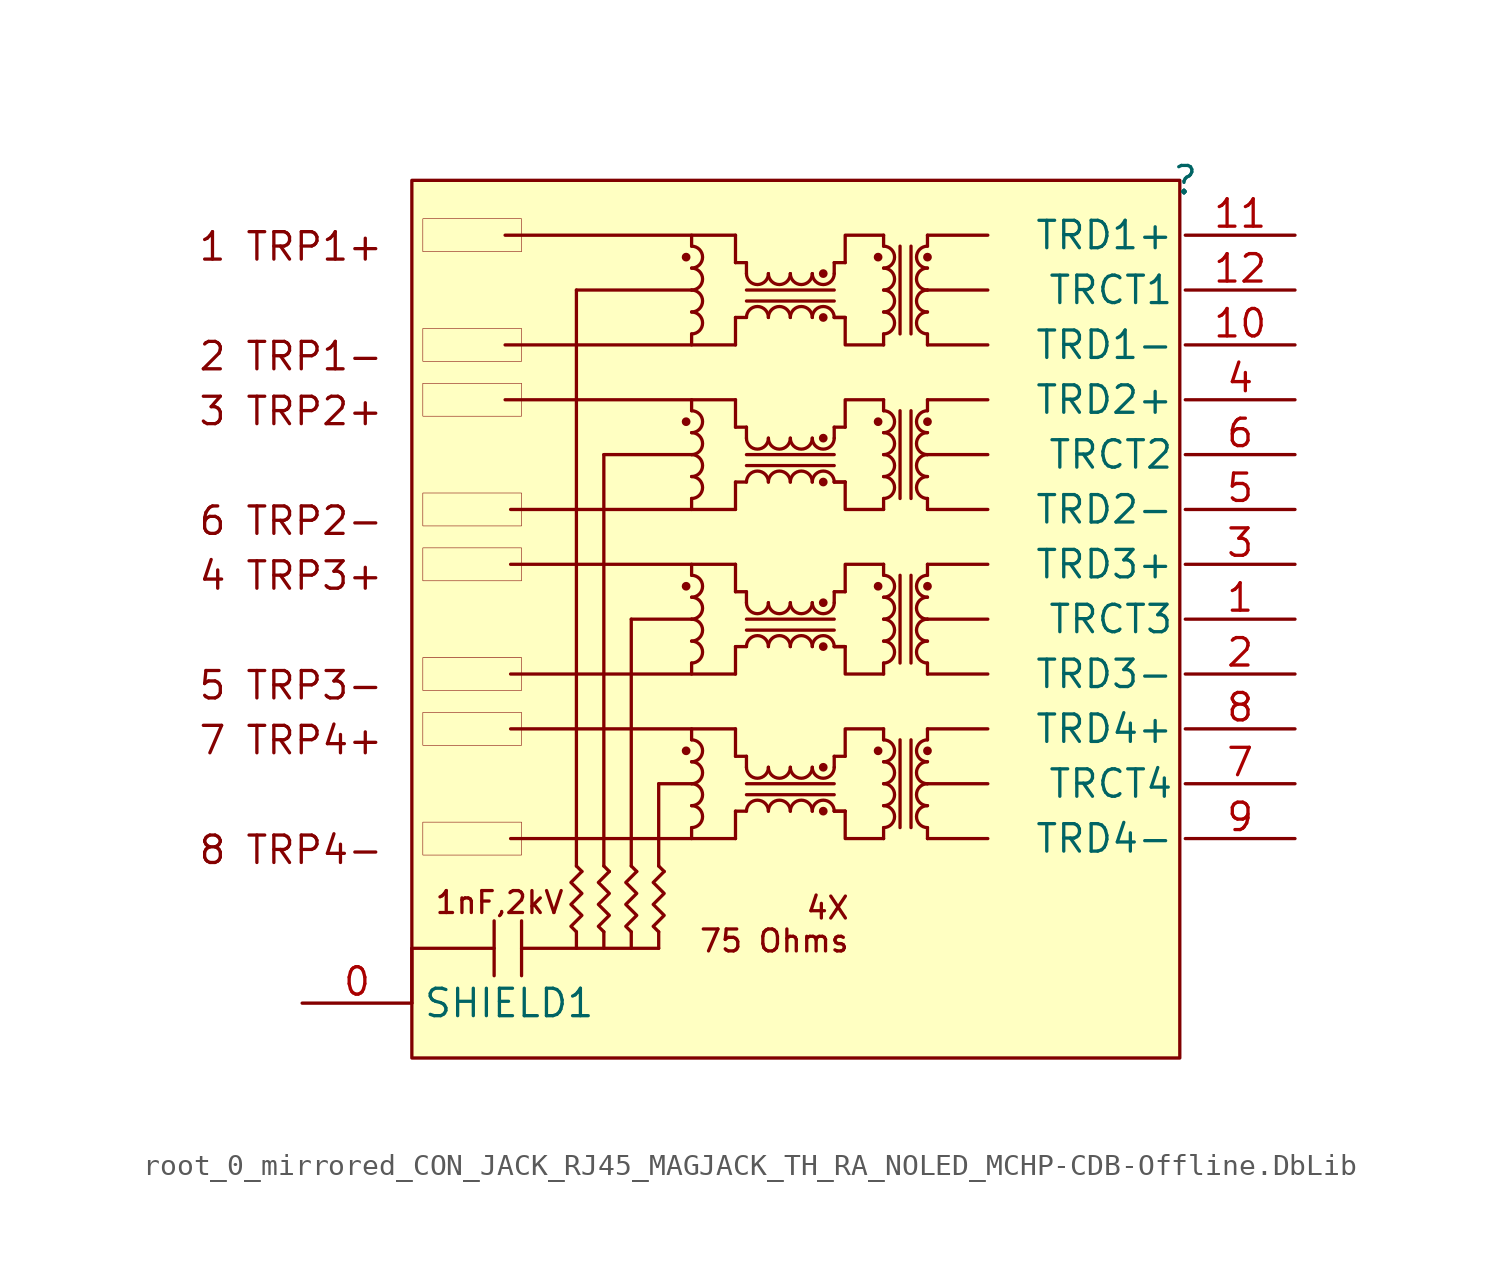
<source format=kicad_sym>
(kicad_symbol_lib
  (version 20241209)
  (generator "kicad_symbol_editor")
  (generator_version "9.0")
  (symbol "root_0_mirrored_CON_JACK_RJ45_MAGJACK_TH_RA_NOLED_MCHP-CDB-Offline.DbLib"
    (property "Reference" ""
      (at 0 0 0)
      (effects (font (size 1.27 1.27))))
    (property "Value" ""
      (at 0 0 0)
      (effects (font (size 1.27 1.27))))
    (symbol "root_0_mirrored_CON_JACK_RJ45_MAGJACK_TH_RA_NOLED_MCHP-CDB-Offline.DbLib_1_0"
      (polyline (pts (xy -35.814 -35.56) (xy -35.814 -38.1)) (stroke (width 0) (type solid)) (fill (type none)))
      (polyline (pts (xy -35.814 -35.56) (xy -32.004 -35.56)) (stroke (width 0) (type solid)) (fill (type none)))
      (polyline (pts (xy -32.004 -34.29) (xy -32.004 -36.83)) (stroke (width 0) (type solid)) (fill (type none)))
      (rectangle (start -30.734 -1.778) (end -35.306 -3.302) (stroke (width 0.025) (type solid) (color 128 0 0 1)) (fill (type color) (color 0 0 255 1)))
      (rectangle (start -30.734 -6.858) (end -35.306 -8.382) (stroke (width 0.025) (type solid) (color 128 0 0 1)) (fill (type color) (color 0 0 255 1)))
      (rectangle (start -30.734 -9.398) (end -35.306 -10.922) (stroke (width 0.025) (type solid) (color 128 0 0 1)) (fill (type color) (color 0 0 255 1)))
      (rectangle (start -30.734 -14.478) (end -35.306 -16.002) (stroke (width 0.025) (type solid) (color 128 0 0 1)) (fill (type color) (color 0 0 255 1)))
      (rectangle (start -30.734 -17.018) (end -35.306 -18.542) (stroke (width 0.025) (type solid) (color 128 0 0 1)) (fill (type color) (color 0 0 255 1)))
      (rectangle (start -30.734 -22.098) (end -35.306 -23.622) (stroke (width 0.025) (type solid) (color 128 0 0 1)) (fill (type color) (color 0 0 255 1)))
      (rectangle (start -30.734 -24.638) (end -35.306 -26.162) (stroke (width 0.025) (type solid) (color 128 0 0 1)) (fill (type color) (color 0 0 255 1)))
      (rectangle (start -30.734 -29.718) (end -35.306 -31.242) (stroke (width 0.025) (type solid) (color 128 0 0 1)) (fill (type color) (color 0 0 255 1)))
      (polyline (pts (xy -30.734 -34.29) (xy -30.734 -36.83)) (stroke (width 0) (type solid)) (fill (type none)))
      (polyline (pts (xy -30.734 -35.56) (xy -24.384 -35.56)) (stroke (width 0) (type solid)) (fill (type none)))
      (polyline (pts (xy -28.194 -5.08) (xy -28.194 -31.75)) (stroke (width 0) (type solid)) (fill (type none)))
      (polyline (pts (xy -28.194 -35.56) (xy -28.194 -34.798)) (stroke (width 0) (type solid)) (fill (type none)))
      (polyline (pts (xy -27.94 -32.004) (xy -28.194 -31.75)) (stroke (width 0) (type solid)) (fill (type none)))
      (polyline (pts (xy -27.94 -32.004) (xy -28.448 -32.512) (xy -27.94 -33.02) (xy -28.448 -33.528) (xy -27.94 -34.036) (xy -28.448 -34.544) (xy -28.194 -34.798)) (stroke (width 0) (type solid)) (fill (type none)))
      (polyline (pts (xy -26.924 -12.7) (xy -26.924 -31.75)) (stroke (width 0) (type solid)) (fill (type none)))
      (polyline (pts (xy -26.924 -12.7) (xy -22.86 -12.7)) (stroke (width 0) (type solid)) (fill (type none)))
      (polyline (pts (xy -26.924 -35.56) (xy -26.924 -34.798)) (stroke (width 0) (type solid)) (fill (type none)))
      (polyline (pts (xy -26.67 -32.004) (xy -26.924 -31.75)) (stroke (width 0) (type solid)) (fill (type none)))
      (polyline (pts (xy -26.67 -32.004) (xy -27.178 -32.512) (xy -26.67 -33.02) (xy -27.178 -33.528) (xy -26.67 -34.036) (xy -27.178 -34.544) (xy -26.924 -34.798)) (stroke (width 0) (type solid)) (fill (type none)))
      (polyline (pts (xy -25.654 -20.32) (xy -25.654 -31.75)) (stroke (width 0) (type solid)) (fill (type none)))
      (polyline (pts (xy -25.654 -35.56) (xy -25.654 -34.798)) (stroke (width 0) (type solid)) (fill (type none)))
      (polyline (pts (xy -25.4 -32.004) (xy -25.654 -31.75)) (stroke (width 0) (type solid)) (fill (type none)))
      (polyline (pts (xy -25.4 -32.004) (xy -25.908 -32.512) (xy -25.4 -33.02) (xy -25.908 -33.528) (xy -25.4 -34.036) (xy -25.908 -34.544) (xy -25.654 -34.798)) (stroke (width 0) (type solid)) (fill (type none)))
      (polyline (pts (xy -24.384 -27.94) (xy -24.384 -31.75)) (stroke (width 0) (type solid)) (fill (type none)))
      (polyline (pts (xy -24.384 -27.94) (xy -22.86 -27.94)) (stroke (width 0) (type solid)) (fill (type none)))
      (polyline (pts (xy -24.384 -35.56) (xy -24.384 -34.798)) (stroke (width 0) (type solid)) (fill (type none)))
      (polyline (pts (xy -24.13 -32.004) (xy -24.384 -31.75)) (stroke (width 0) (type solid)) (fill (type none)))
      (polyline (pts (xy -24.13 -32.004) (xy -24.638 -32.512) (xy -24.13 -33.02) (xy -24.638 -33.528) (xy -24.13 -34.036) (xy -24.638 -34.544) (xy -24.384 -34.798)) (stroke (width 0) (type solid)) (fill (type none)))
      (circle (center -23.114 -3.556) (radius 0.127) (stroke (width 0) (type solid)) (fill (type outline)))
      (circle (center -23.114 -11.176) (radius 0.127) (stroke (width 0) (type solid)) (fill (type outline)))
      (circle (center -23.114 -18.796) (radius 0.127) (stroke (width 0) (type solid)) (fill (type outline)))
      (circle (center -23.114 -26.416) (radius 0.127) (stroke (width 0) (type solid)) (fill (type outline)))
      (polyline (pts (xy -22.86 -2.54) (xy -22.86 -3.048)) (stroke (width 0) (type solid)) (fill (type none)))
      (arc (start -22.86 -3.048) (mid -22.352 -3.556) (end -22.86 -4.064) (stroke (width 0) (type solid)) (fill (type none)))
      (arc (start -22.86 -4.064) (mid -22.352 -4.572) (end -22.86 -5.08) (stroke (width 0) (type solid)) (fill (type none)))
      (polyline (pts (xy -22.86 -5.08) (xy -28.194 -5.08)) (stroke (width 0) (type solid)) (fill (type none)))
      (arc (start -22.86 -5.08) (mid -22.352 -5.588) (end -22.86 -6.096) (stroke (width 0) (type solid)) (fill (type none)))
      (arc (start -22.86 -6.096) (mid -22.352 -6.604) (end -22.86 -7.112) (stroke (width 0) (type solid)) (fill (type none)))
      (polyline (pts (xy -22.86 -7.62) (xy -22.86 -7.112)) (stroke (width 0) (type solid)) (fill (type none)))
      (polyline (pts (xy -22.86 -10.16) (xy -22.86 -10.668)) (stroke (width 0) (type solid)) (fill (type none)))
      (arc (start -22.86 -10.668) (mid -22.352 -11.176) (end -22.86 -11.684) (stroke (width 0) (type solid)) (fill (type none)))
      (arc (start -22.86 -11.684) (mid -22.352 -12.192) (end -22.86 -12.7) (stroke (width 0) (type solid)) (fill (type none)))
      (arc (start -22.86 -12.7) (mid -22.352 -13.208) (end -22.86 -13.716) (stroke (width 0) (type solid)) (fill (type none)))
      (arc (start -22.86 -13.716) (mid -22.352 -14.224) (end -22.86 -14.732) (stroke (width 0) (type solid)) (fill (type none)))
      (polyline (pts (xy -22.86 -15.24) (xy -22.86 -14.732)) (stroke (width 0) (type solid)) (fill (type none)))
      (polyline (pts (xy -22.86 -17.78) (xy -22.86 -18.288)) (stroke (width 0) (type solid)) (fill (type none)))
      (arc (start -22.86 -18.288) (mid -22.352 -18.796) (end -22.86 -19.304) (stroke (width 0) (type solid)) (fill (type none)))
      (arc (start -22.86 -19.304) (mid -22.352 -19.812) (end -22.86 -20.32) (stroke (width 0) (type solid)) (fill (type none)))
      (polyline (pts (xy -22.86 -20.32) (xy -25.654 -20.32)) (stroke (width 0) (type solid)) (fill (type none)))
      (arc (start -22.86 -20.32) (mid -22.352 -20.828) (end -22.86 -21.336) (stroke (width 0) (type solid)) (fill (type none)))
      (arc (start -22.86 -21.336) (mid -22.352 -21.844) (end -22.86 -22.352) (stroke (width 0) (type solid)) (fill (type none)))
      (polyline (pts (xy -22.86 -22.86) (xy -22.86 -22.352)) (stroke (width 0) (type solid)) (fill (type none)))
      (polyline (pts (xy -22.86 -25.4) (xy -22.86 -25.908)) (stroke (width 0) (type solid)) (fill (type none)))
      (arc (start -22.86 -25.908) (mid -22.352 -26.416) (end -22.86 -26.924) (stroke (width 0) (type solid)) (fill (type none)))
      (arc (start -22.86 -26.924) (mid -22.352 -27.432) (end -22.86 -27.94) (stroke (width 0) (type solid)) (fill (type none)))
      (arc (start -22.86 -27.94) (mid -22.352 -28.448) (end -22.86 -28.956) (stroke (width 0) (type solid)) (fill (type none)))
      (arc (start -22.86 -28.956) (mid -22.352 -29.464) (end -22.86 -29.972) (stroke (width 0) (type solid)) (fill (type none)))
      (polyline (pts (xy -22.86 -30.48) (xy -22.86 -29.972)) (stroke (width 0) (type solid)) (fill (type none)))
      (polyline (pts (xy -20.828 -2.54) (xy -31.496 -2.54)) (stroke (width 0) (type solid)) (fill (type none)))
      (polyline (pts (xy -20.828 -3.81) (xy -20.828 -2.54)) (stroke (width 0) (type solid)) (fill (type none)))
      (polyline (pts (xy -20.828 -6.35) (xy -20.828 -7.62)) (stroke (width 0) (type solid)) (fill (type none)))
      (polyline (pts (xy -20.828 -7.62) (xy -31.496 -7.62)) (stroke (width 0) (type solid)) (fill (type none)))
      (polyline (pts (xy -20.828 -10.16) (xy -31.496 -10.16)) (stroke (width 0) (type solid)) (fill (type none)))
      (polyline (pts (xy -20.828 -11.43) (xy -20.828 -10.16)) (stroke (width 0) (type solid)) (fill (type none)))
      (polyline (pts (xy -20.828 -13.97) (xy -20.828 -15.24)) (stroke (width 0) (type solid)) (fill (type none)))
      (polyline (pts (xy -20.828 -15.24) (xy -31.242 -15.24)) (stroke (width 0) (type solid)) (fill (type none)))
      (polyline (pts (xy -20.828 -17.78) (xy -31.242 -17.78)) (stroke (width 0) (type solid)) (fill (type none)))
      (polyline (pts (xy -20.828 -19.05) (xy -20.828 -17.78)) (stroke (width 0) (type solid)) (fill (type none)))
      (polyline (pts (xy -20.828 -21.59) (xy -20.828 -22.86)) (stroke (width 0) (type solid)) (fill (type none)))
      (polyline (pts (xy -20.828 -22.86) (xy -31.242 -22.86)) (stroke (width 0) (type solid)) (fill (type none)))
      (polyline (pts (xy -20.828 -25.4) (xy -31.242 -25.4)) (stroke (width 0) (type solid)) (fill (type none)))
      (polyline (pts (xy -20.828 -26.67) (xy -20.828 -25.4)) (stroke (width 0) (type solid)) (fill (type none)))
      (polyline (pts (xy -20.828 -29.21) (xy -20.828 -30.48)) (stroke (width 0) (type solid)) (fill (type none)))
      (polyline (pts (xy -20.828 -30.48) (xy -31.242 -30.48)) (stroke (width 0) (type solid)) (fill (type none)))
      (polyline (pts (xy -20.32 -3.81) (xy -20.828 -3.81)) (stroke (width 0) (type solid)) (fill (type none)))
      (polyline (pts (xy -20.32 -4.318) (xy -20.32 -3.81)) (stroke (width 0) (type solid)) (fill (type none)))
      (polyline (pts (xy -20.32 -5.08) (xy -16.256 -5.08)) (stroke (width 0) (type solid)) (fill (type none)))
      (polyline (pts (xy -20.32 -5.588) (xy -16.256 -5.588)) (stroke (width 0) (type solid)) (fill (type none)))
      (polyline (pts (xy -20.32 -6.35) (xy -20.828 -6.35)) (stroke (width 0) (type solid)) (fill (type none)))
      (polyline (pts (xy -20.32 -11.43) (xy -20.828 -11.43)) (stroke (width 0) (type solid)) (fill (type none)))
      (polyline (pts (xy -20.32 -11.938) (xy -20.32 -11.43)) (stroke (width 0) (type solid)) (fill (type none)))
      (polyline (pts (xy -20.32 -12.7) (xy -16.256 -12.7)) (stroke (width 0) (type solid)) (fill (type none)))
      (polyline (pts (xy -20.32 -13.208) (xy -16.256 -13.208)) (stroke (width 0) (type solid)) (fill (type none)))
      (polyline (pts (xy -20.32 -13.97) (xy -20.828 -13.97)) (stroke (width 0) (type solid)) (fill (type none)))
      (polyline (pts (xy -20.32 -19.05) (xy -20.828 -19.05)) (stroke (width 0) (type solid)) (fill (type none)))
      (polyline (pts (xy -20.32 -19.558) (xy -20.32 -19.05)) (stroke (width 0) (type solid)) (fill (type none)))
      (polyline (pts (xy -20.32 -20.32) (xy -16.256 -20.32)) (stroke (width 0) (type solid)) (fill (type none)))
      (polyline (pts (xy -20.32 -20.828) (xy -16.256 -20.828)) (stroke (width 0) (type solid)) (fill (type none)))
      (polyline (pts (xy -20.32 -21.59) (xy -20.828 -21.59)) (stroke (width 0) (type solid)) (fill (type none)))
      (polyline (pts (xy -20.32 -26.67) (xy -20.828 -26.67)) (stroke (width 0) (type solid)) (fill (type none)))
      (polyline (pts (xy -20.32 -27.178) (xy -20.32 -26.67)) (stroke (width 0) (type solid)) (fill (type none)))
      (polyline (pts (xy -20.32 -27.94) (xy -16.256 -27.94)) (stroke (width 0) (type solid)) (fill (type none)))
      (polyline (pts (xy -20.32 -28.448) (xy -16.256 -28.448)) (stroke (width 0) (type solid)) (fill (type none)))
      (polyline (pts (xy -20.32 -29.21) (xy -20.828 -29.21)) (stroke (width 0) (type solid)) (fill (type none)))
      (arc (start -19.304 -4.318) (mid -19.812 -4.826) (end -20.32 -4.318) (stroke (width 0) (type solid)) (fill (type none)))
      (arc (start -20.32 -6.35) (mid -19.812 -5.842) (end -19.304 -6.35) (stroke (width 0) (type solid)) (fill (type none)))
      (arc (start -19.304 -11.938) (mid -19.812 -12.446) (end -20.32 -11.938) (stroke (width 0) (type solid)) (fill (type none)))
      (arc (start -20.32 -13.97) (mid -19.812 -13.462) (end -19.304 -13.97) (stroke (width 0) (type solid)) (fill (type none)))
      (arc (start -19.304 -19.558) (mid -19.812 -20.066) (end -20.32 -19.558) (stroke (width 0) (type solid)) (fill (type none)))
      (arc (start -20.32 -21.59) (mid -19.812 -21.082) (end -19.304 -21.59) (stroke (width 0) (type solid)) (fill (type none)))
      (arc (start -19.304 -27.178) (mid -19.812 -27.686) (end -20.32 -27.178) (stroke (width 0) (type solid)) (fill (type none)))
      (arc (start -20.32 -29.21) (mid -19.812 -28.702) (end -19.304 -29.21) (stroke (width 0) (type solid)) (fill (type none)))
      (arc (start -18.288 -4.318) (mid -18.796 -4.826) (end -19.304 -4.318) (stroke (width 0) (type solid)) (fill (type none)))
      (arc (start -19.304 -6.35) (mid -18.796 -5.842) (end -18.288 -6.35) (stroke (width 0) (type solid)) (fill (type none)))
      (arc (start -18.288 -11.938) (mid -18.796 -12.446) (end -19.304 -11.938) (stroke (width 0) (type solid)) (fill (type none)))
      (arc (start -19.304 -13.97) (mid -18.796 -13.462) (end -18.288 -13.97) (stroke (width 0) (type solid)) (fill (type none)))
      (arc (start -18.288 -19.558) (mid -18.796 -20.066) (end -19.304 -19.558) (stroke (width 0) (type solid)) (fill (type none)))
      (arc (start -19.304 -21.59) (mid -18.796 -21.082) (end -18.288 -21.59) (stroke (width 0) (type solid)) (fill (type none)))
      (arc (start -18.288 -27.178) (mid -18.796 -27.686) (end -19.304 -27.178) (stroke (width 0) (type solid)) (fill (type none)))
      (arc (start -19.304 -29.21) (mid -18.796 -28.702) (end -18.288 -29.21) (stroke (width 0) (type solid)) (fill (type none)))
      (arc (start -17.272 -4.318) (mid -17.78 -4.826) (end -18.288 -4.318) (stroke (width 0) (type solid)) (fill (type none)))
      (arc (start -18.288 -6.35) (mid -17.78 -5.842) (end -17.272 -6.35) (stroke (width 0) (type solid)) (fill (type none)))
      (arc (start -17.272 -11.938) (mid -17.78 -12.446) (end -18.288 -11.938) (stroke (width 0) (type solid)) (fill (type none)))
      (arc (start -18.288 -13.97) (mid -17.78 -13.462) (end -17.272 -13.97) (stroke (width 0) (type solid)) (fill (type none)))
      (arc (start -17.272 -19.558) (mid -17.78 -20.066) (end -18.288 -19.558) (stroke (width 0) (type solid)) (fill (type none)))
      (arc (start -18.288 -21.59) (mid -17.78 -21.082) (end -17.272 -21.59) (stroke (width 0) (type solid)) (fill (type none)))
      (arc (start -17.272 -27.178) (mid -17.78 -27.686) (end -18.288 -27.178) (stroke (width 0) (type solid)) (fill (type none)))
      (arc (start -18.288 -29.21) (mid -17.78 -28.702) (end -17.272 -29.21) (stroke (width 0) (type solid)) (fill (type none)))
      (circle (center -16.764 -4.318) (radius 0.127) (stroke (width 0) (type solid)) (fill (type outline)))
      (arc (start -16.256 -4.318) (mid -16.764 -4.826) (end -17.272 -4.318) (stroke (width 0) (type solid)) (fill (type none)))
      (arc (start -17.272 -6.35) (mid -16.764 -5.842) (end -16.256 -6.35) (stroke (width 0) (type solid)) (fill (type none)))
      (circle (center -16.764 -6.35) (radius 0.127) (stroke (width 0) (type solid)) (fill (type outline)))
      (circle (center -16.764 -11.938) (radius 0.127) (stroke (width 0) (type solid)) (fill (type outline)))
      (arc (start -16.256 -11.938) (mid -16.764 -12.446) (end -17.272 -11.938) (stroke (width 0) (type solid)) (fill (type none)))
      (arc (start -17.272 -13.97) (mid -16.764 -13.462) (end -16.256 -13.97) (stroke (width 0) (type solid)) (fill (type none)))
      (circle (center -16.764 -13.97) (radius 0.127) (stroke (width 0) (type solid)) (fill (type outline)))
      (circle (center -16.764 -19.558) (radius 0.127) (stroke (width 0) (type solid)) (fill (type outline)))
      (arc (start -16.256 -19.558) (mid -16.764 -20.066) (end -17.272 -19.558) (stroke (width 0) (type solid)) (fill (type none)))
      (arc (start -17.272 -21.59) (mid -16.764 -21.082) (end -16.256 -21.59) (stroke (width 0) (type solid)) (fill (type none)))
      (circle (center -16.764 -21.59) (radius 0.127) (stroke (width 0) (type solid)) (fill (type outline)))
      (circle (center -16.764 -27.178) (radius 0.127) (stroke (width 0) (type solid)) (fill (type outline)))
      (arc (start -16.256 -27.178) (mid -16.764 -27.686) (end -17.272 -27.178) (stroke (width 0) (type solid)) (fill (type none)))
      (arc (start -17.272 -29.21) (mid -16.764 -28.702) (end -16.256 -29.21) (stroke (width 0) (type solid)) (fill (type none)))
      (circle (center -16.764 -29.21) (radius 0.127) (stroke (width 0) (type solid)) (fill (type outline)))
      (polyline (pts (xy -16.256 -3.81) (xy -16.256 -4.318)) (stroke (width 0) (type solid)) (fill (type none)))
      (polyline (pts (xy -16.256 -11.43) (xy -16.256 -11.938)) (stroke (width 0) (type solid)) (fill (type none)))
      (polyline (pts (xy -16.256 -19.05) (xy -16.256 -19.558)) (stroke (width 0) (type solid)) (fill (type none)))
      (polyline (pts (xy -16.256 -26.67) (xy -16.256 -27.178)) (stroke (width 0) (type solid)) (fill (type none)))
      (polyline (pts (xy -15.748 -3.81) (xy -16.256 -3.81)) (stroke (width 0) (type solid)) (fill (type none)))
      (polyline (pts (xy -15.748 -3.81) (xy -15.748 -2.54) (xy -13.97 -2.54)) (stroke (width 0) (type solid)) (fill (type none)))
      (polyline (pts (xy -15.748 -6.35) (xy -16.256 -6.35)) (stroke (width 0) (type solid)) (fill (type none)))
      (polyline (pts (xy -15.748 -6.35) (xy -16.256 -6.35)) (stroke (width 0) (type solid)) (fill (type none)))
      (polyline (pts (xy -15.748 -6.35) (xy -15.748 -7.62) (xy -13.97 -7.62)) (stroke (width 0) (type solid)) (fill (type none)))
      (polyline (pts (xy -15.748 -11.43) (xy -16.256 -11.43)) (stroke (width 0) (type solid)) (fill (type none)))
      (polyline (pts (xy -15.748 -11.43) (xy -15.748 -10.16) (xy -13.97 -10.16)) (stroke (width 0) (type solid)) (fill (type none)))
      (polyline (pts (xy -15.748 -13.97) (xy -16.256 -13.97)) (stroke (width 0) (type solid)) (fill (type none)))
      (polyline (pts (xy -15.748 -13.97) (xy -16.256 -13.97)) (stroke (width 0) (type solid)) (fill (type none)))
      (polyline (pts (xy -15.748 -13.97) (xy -15.748 -15.24) (xy -13.97 -15.24)) (stroke (width 0) (type solid)) (fill (type none)))
      (polyline (pts (xy -15.748 -19.05) (xy -16.256 -19.05)) (stroke (width 0) (type solid)) (fill (type none)))
      (polyline (pts (xy -15.748 -19.05) (xy -15.748 -17.78) (xy -13.97 -17.78)) (stroke (width 0) (type solid)) (fill (type none)))
      (polyline (pts (xy -15.748 -21.59) (xy -16.256 -21.59)) (stroke (width 0) (type solid)) (fill (type none)))
      (polyline (pts (xy -15.748 -21.59) (xy -16.256 -21.59)) (stroke (width 0) (type solid)) (fill (type none)))
      (polyline (pts (xy -15.748 -21.59) (xy -15.748 -22.86) (xy -13.97 -22.86)) (stroke (width 0) (type solid)) (fill (type none)))
      (polyline (pts (xy -15.748 -26.67) (xy -16.256 -26.67)) (stroke (width 0) (type solid)) (fill (type none)))
      (polyline (pts (xy -15.748 -26.67) (xy -15.748 -25.4) (xy -13.97 -25.4)) (stroke (width 0) (type solid)) (fill (type none)))
      (polyline (pts (xy -15.748 -29.21) (xy -16.256 -29.21)) (stroke (width 0) (type solid)) (fill (type none)))
      (polyline (pts (xy -15.748 -29.21) (xy -16.256 -29.21)) (stroke (width 0) (type solid)) (fill (type none)))
      (polyline (pts (xy -15.748 -29.21) (xy -15.748 -30.48) (xy -13.97 -30.48)) (stroke (width 0) (type solid)) (fill (type none)))
      (circle (center -14.224 -3.556) (radius 0.127) (stroke (width 0) (type solid)) (fill (type outline)))
      (circle (center -14.224 -11.176) (radius 0.127) (stroke (width 0) (type solid)) (fill (type outline)))
      (circle (center -14.224 -18.796) (radius 0.127) (stroke (width 0) (type solid)) (fill (type outline)))
      (circle (center -14.224 -26.416) (radius 0.127) (stroke (width 0) (type solid)) (fill (type outline)))
      (polyline (pts (xy -13.97 -2.54) (xy -13.97 -3.048)) (stroke (width 0) (type solid)) (fill (type none)))
      (arc (start -13.97 -3.048) (mid -13.462 -3.556) (end -13.97 -4.064) (stroke (width 0) (type solid)) (fill (type none)))
      (arc (start -13.97 -4.064) (mid -13.462 -4.572) (end -13.97 -5.08) (stroke (width 0) (type solid)) (fill (type none)))
      (arc (start -13.97 -5.08) (mid -13.462 -5.588) (end -13.97 -6.096) (stroke (width 0) (type solid)) (fill (type none)))
      (arc (start -13.97 -6.096) (mid -13.462 -6.604) (end -13.97 -7.112) (stroke (width 0) (type solid)) (fill (type none)))
      (polyline (pts (xy -13.97 -7.62) (xy -13.97 -7.112)) (stroke (width 0) (type solid)) (fill (type none)))
      (polyline (pts (xy -13.97 -10.16) (xy -13.97 -10.668)) (stroke (width 0) (type solid)) (fill (type none)))
      (arc (start -13.97 -10.668) (mid -13.462 -11.176) (end -13.97 -11.684) (stroke (width 0) (type solid)) (fill (type none)))
      (arc (start -13.97 -11.684) (mid -13.462 -12.192) (end -13.97 -12.7) (stroke (width 0) (type solid)) (fill (type none)))
      (arc (start -13.97 -12.7) (mid -13.462 -13.208) (end -13.97 -13.716) (stroke (width 0) (type solid)) (fill (type none)))
      (arc (start -13.97 -13.716) (mid -13.462 -14.224) (end -13.97 -14.732) (stroke (width 0) (type solid)) (fill (type none)))
      (polyline (pts (xy -13.97 -15.24) (xy -13.97 -14.732)) (stroke (width 0) (type solid)) (fill (type none)))
      (polyline (pts (xy -13.97 -17.78) (xy -13.97 -18.288)) (stroke (width 0) (type solid)) (fill (type none)))
      (arc (start -13.97 -18.288) (mid -13.462 -18.796) (end -13.97 -19.304) (stroke (width 0) (type solid)) (fill (type none)))
      (arc (start -13.97 -19.304) (mid -13.462 -19.812) (end -13.97 -20.32) (stroke (width 0) (type solid)) (fill (type none)))
      (arc (start -13.97 -20.32) (mid -13.462 -20.828) (end -13.97 -21.336) (stroke (width 0) (type solid)) (fill (type none)))
      (arc (start -13.97 -21.336) (mid -13.462 -21.844) (end -13.97 -22.352) (stroke (width 0) (type solid)) (fill (type none)))
      (polyline (pts (xy -13.97 -22.86) (xy -13.97 -22.352)) (stroke (width 0) (type solid)) (fill (type none)))
      (polyline (pts (xy -13.97 -25.4) (xy -13.97 -25.908)) (stroke (width 0) (type solid)) (fill (type none)))
      (arc (start -13.97 -25.908) (mid -13.462 -26.416) (end -13.97 -26.924) (stroke (width 0) (type solid)) (fill (type none)))
      (arc (start -13.97 -26.924) (mid -13.462 -27.432) (end -13.97 -27.94) (stroke (width 0) (type solid)) (fill (type none)))
      (arc (start -13.97 -27.94) (mid -13.462 -28.448) (end -13.97 -28.956) (stroke (width 0) (type solid)) (fill (type none)))
      (arc (start -13.97 -28.956) (mid -13.462 -29.464) (end -13.97 -29.972) (stroke (width 0) (type solid)) (fill (type none)))
      (polyline (pts (xy -13.97 -30.48) (xy -13.97 -29.972)) (stroke (width 0) (type solid)) (fill (type none)))
      (polyline (pts (xy -13.208 -3.048) (xy -13.208 -7.112)) (stroke (width 0) (type solid)) (fill (type none)))
      (polyline (pts (xy -13.208 -10.668) (xy -13.208 -14.732)) (stroke (width 0) (type solid)) (fill (type none)))
      (polyline (pts (xy -13.208 -18.288) (xy -13.208 -22.352)) (stroke (width 0) (type solid)) (fill (type none)))
      (polyline (pts (xy -13.208 -25.908) (xy -13.208 -29.972)) (stroke (width 0) (type solid)) (fill (type none)))
      (polyline (pts (xy -12.7 -3.048) (xy -12.7 -7.112)) (stroke (width 0) (type solid)) (fill (type none)))
      (polyline (pts (xy -12.7 -10.668) (xy -12.7 -14.732)) (stroke (width 0) (type solid)) (fill (type none)))
      (polyline (pts (xy -12.7 -18.288) (xy -12.7 -22.352)) (stroke (width 0) (type solid)) (fill (type none)))
      (polyline (pts (xy -12.7 -25.908) (xy -12.7 -29.972)) (stroke (width 0) (type solid)) (fill (type none)))
      (polyline (pts (xy -11.938 -2.54) (xy -11.938 -3.048)) (stroke (width 0) (type solid)) (fill (type none)))
      (polyline (pts (xy -11.938 -2.54) (xy -9.144 -2.54)) (stroke (width 0) (type solid)) (fill (type none)))
      (circle (center -11.938 -3.556) (radius 0.127) (stroke (width 0) (type solid)) (fill (type outline)))
      (arc (start -11.938 -4.064) (mid -12.446 -3.556) (end -11.938 -3.048) (stroke (width 0) (type solid)) (fill (type none)))
      (arc (start -11.938 -5.08) (mid -12.446 -4.572) (end -11.938 -4.064) (stroke (width 0) (type solid)) (fill (type none)))
      (polyline (pts (xy -11.938 -5.08) (xy -9.144 -5.08)) (stroke (width 0) (type solid)) (fill (type none)))
      (arc (start -11.938 -6.096) (mid -12.446 -5.588) (end -11.938 -5.08) (stroke (width 0) (type solid)) (fill (type none)))
      (arc (start -11.938 -7.112) (mid -12.446 -6.604) (end -11.938 -6.096) (stroke (width 0) (type solid)) (fill (type none)))
      (polyline (pts (xy -11.938 -7.62) (xy -11.938 -7.112)) (stroke (width 0) (type solid)) (fill (type none)))
      (polyline (pts (xy -11.938 -7.62) (xy -9.144 -7.62)) (stroke (width 0) (type solid)) (fill (type none)))
      (polyline (pts (xy -11.938 -10.16) (xy -11.938 -10.668)) (stroke (width 0) (type solid)) (fill (type none)))
      (polyline (pts (xy -11.938 -10.16) (xy -9.144 -10.16)) (stroke (width 0) (type solid)) (fill (type none)))
      (circle (center -11.938 -11.176) (radius 0.127) (stroke (width 0) (type solid)) (fill (type outline)))
      (arc (start -11.938 -11.684) (mid -12.446 -11.176) (end -11.938 -10.668) (stroke (width 0) (type solid)) (fill (type none)))
      (arc (start -11.938 -12.7) (mid -12.446 -12.192) (end -11.938 -11.684) (stroke (width 0) (type solid)) (fill (type none)))
      (polyline (pts (xy -11.938 -12.7) (xy -9.144 -12.7)) (stroke (width 0) (type solid)) (fill (type none)))
      (arc (start -11.938 -13.716) (mid -12.446 -13.208) (end -11.938 -12.7) (stroke (width 0) (type solid)) (fill (type none)))
      (arc (start -11.938 -14.732) (mid -12.446 -14.224) (end -11.938 -13.716) (stroke (width 0) (type solid)) (fill (type none)))
      (polyline (pts (xy -11.938 -15.24) (xy -11.938 -14.732)) (stroke (width 0) (type solid)) (fill (type none)))
      (polyline (pts (xy -11.938 -15.24) (xy -9.144 -15.24)) (stroke (width 0) (type solid)) (fill (type none)))
      (polyline (pts (xy -11.938 -17.78) (xy -11.938 -18.288)) (stroke (width 0) (type solid)) (fill (type none)))
      (polyline (pts (xy -11.938 -17.78) (xy -9.144 -17.78)) (stroke (width 0) (type solid)) (fill (type none)))
      (circle (center -11.938 -18.796) (radius 0.127) (stroke (width 0) (type solid)) (fill (type outline)))
      (arc (start -11.938 -19.304) (mid -12.446 -18.796) (end -11.938 -18.288) (stroke (width 0) (type solid)) (fill (type none)))
      (arc (start -11.938 -20.32) (mid -12.446 -19.812) (end -11.938 -19.304) (stroke (width 0) (type solid)) (fill (type none)))
      (polyline (pts (xy -11.938 -20.32) (xy -9.144 -20.32)) (stroke (width 0) (type solid)) (fill (type none)))
      (arc (start -11.938 -21.336) (mid -12.446 -20.828) (end -11.938 -20.32) (stroke (width 0) (type solid)) (fill (type none)))
      (arc (start -11.938 -22.352) (mid -12.446 -21.844) (end -11.938 -21.336) (stroke (width 0) (type solid)) (fill (type none)))
      (polyline (pts (xy -11.938 -22.86) (xy -11.938 -22.352)) (stroke (width 0) (type solid)) (fill (type none)))
      (polyline (pts (xy -11.938 -22.86) (xy -9.144 -22.86)) (stroke (width 0) (type solid)) (fill (type none)))
      (polyline (pts (xy -11.938 -25.4) (xy -11.938 -25.908)) (stroke (width 0) (type solid)) (fill (type none)))
      (polyline (pts (xy -11.938 -25.4) (xy -9.144 -25.4)) (stroke (width 0) (type solid)) (fill (type none)))
      (circle (center -11.938 -26.416) (radius 0.127) (stroke (width 0) (type solid)) (fill (type outline)))
      (arc (start -11.938 -26.924) (mid -12.446 -26.416) (end -11.938 -25.908) (stroke (width 0) (type solid)) (fill (type none)))
      (arc (start -11.938 -27.94) (mid -12.446 -27.432) (end -11.938 -26.924) (stroke (width 0) (type solid)) (fill (type none)))
      (polyline (pts (xy -11.938 -27.94) (xy -9.144 -27.94)) (stroke (width 0) (type solid)) (fill (type none)))
      (arc (start -11.938 -28.956) (mid -12.446 -28.448) (end -11.938 -27.94) (stroke (width 0) (type solid)) (fill (type none)))
      (arc (start -11.938 -29.972) (mid -12.446 -29.464) (end -11.938 -28.956) (stroke (width 0) (type solid)) (fill (type none)))
      (polyline (pts (xy -11.938 -30.48) (xy -11.938 -29.972)) (stroke (width 0) (type solid)) (fill (type none)))
      (polyline (pts (xy -11.938 -30.48) (xy -9.144 -30.48)) (stroke (width 0) (type solid)) (fill (type none)))
      (rectangle (start -0.254 0) (end -35.814 -40.64) (stroke (width 0) (type solid) (color 128 0 0 1)) (fill (type background)))
      (text "1 TRP1+" (at -37.084 -3.81 0) (effects (font (size 1.27 1.27)) (justify right bottom)))
      (text "2 TRP1-" (at -37.084 -8.89 0) (effects (font (size 1.27 1.27)) (justify right bottom)))
      (text "3 TRP2+" (at -37.084 -11.43 0) (effects (font (size 1.27 1.27)) (justify right bottom)))
      (text "6 TRP2-" (at -37.084 -16.51 0) (effects (font (size 1.27 1.27)) (justify right bottom)))
      (text "4 TRP3+" (at -37.084 -19.05 0) (effects (font (size 1.27 1.27)) (justify right bottom)))
      (text "5 TRP3-" (at -37.084 -24.13 0) (effects (font (size 1.27 1.27)) (justify right bottom)))
      (text "7 TRP4+" (at -37.084 -26.67 0) (effects (font (size 1.27 1.27)) (justify right bottom)))
      (text "8 TRP4-" (at -37.084 -31.75 0) (effects (font (size 1.27 1.27)) (justify right bottom)))
      (text "1nF,2kV" (at -28.702 -34.036 0) (effects (font (size 1.016 1.016)) (justify right bottom)))
      (text "4X" (at -15.494 -34.29 0) (effects (font (size 1.016 1.016)) (justify right bottom)))
      (text "75 Ohms" (at -15.494 -35.814 0) (effects (font (size 1.016 1.016)) (justify right bottom)))
      (pin passive line (at -40.894 -38.1 0) (length 5.08) (name "SHIELD1" (effects (font (size 1.27 1.27)))) (number "0" (effects (font (size 1.27 1.27)))))
      (pin passive line (at 5.08 -2.54 180) (length 5.08) (name "TRD1+" (effects (font (size 1.27 1.27)))) (number "11" (effects (font (size 1.27 1.27)))))
      (pin passive line (at 5.08 -5.08 180) (length 5.08) (name "TRCT1" (effects (font (size 1.27 1.27)))) (number "12" (effects (font (size 1.27 1.27)))))
      (pin passive line (at 5.08 -7.62 180) (length 5.08) (name "TRD1-" (effects (font (size 1.27 1.27)))) (number "10" (effects (font (size 1.27 1.27)))))
      (pin passive line (at 5.08 -10.16 180) (length 5.08) (name "TRD2+" (effects (font (size 1.27 1.27)))) (number "4" (effects (font (size 1.27 1.27)))))
      (pin passive line (at 5.08 -12.7 180) (length 5.08) (name "TRCT2" (effects (font (size 1.27 1.27)))) (number "6" (effects (font (size 1.27 1.27)))))
      (pin passive line (at 5.08 -15.24 180) (length 5.08) (name "TRD2-" (effects (font (size 1.27 1.27)))) (number "5" (effects (font (size 1.27 1.27)))))
      (pin passive line (at 5.08 -17.78 180) (length 5.08) (name "TRD3+" (effects (font (size 1.27 1.27)))) (number "3" (effects (font (size 1.27 1.27)))))
      (pin passive line (at 5.08 -20.32 180) (length 5.08) (name "TRCT3" (effects (font (size 1.27 1.27)))) (number "1" (effects (font (size 1.27 1.27)))))
      (pin passive line (at 5.08 -22.86 180) (length 5.08) (name "TRD3-" (effects (font (size 1.27 1.27)))) (number "2" (effects (font (size 1.27 1.27)))))
      (pin passive line (at 5.08 -25.4 180) (length 5.08) (name "TRD4+" (effects (font (size 1.27 1.27)))) (number "8" (effects (font (size 1.27 1.27)))))
      (pin passive line (at 5.08 -27.94 180) (length 5.08) (name "TRCT4" (effects (font (size 1.27 1.27)))) (number "7" (effects (font (size 1.27 1.27)))))
      (pin passive line (at 5.08 -30.48 180) (length 5.08) (name "TRD4-" (effects (font (size 1.27 1.27)))) (number "9" (effects (font (size 1.27 1.27))))))))
</source>
